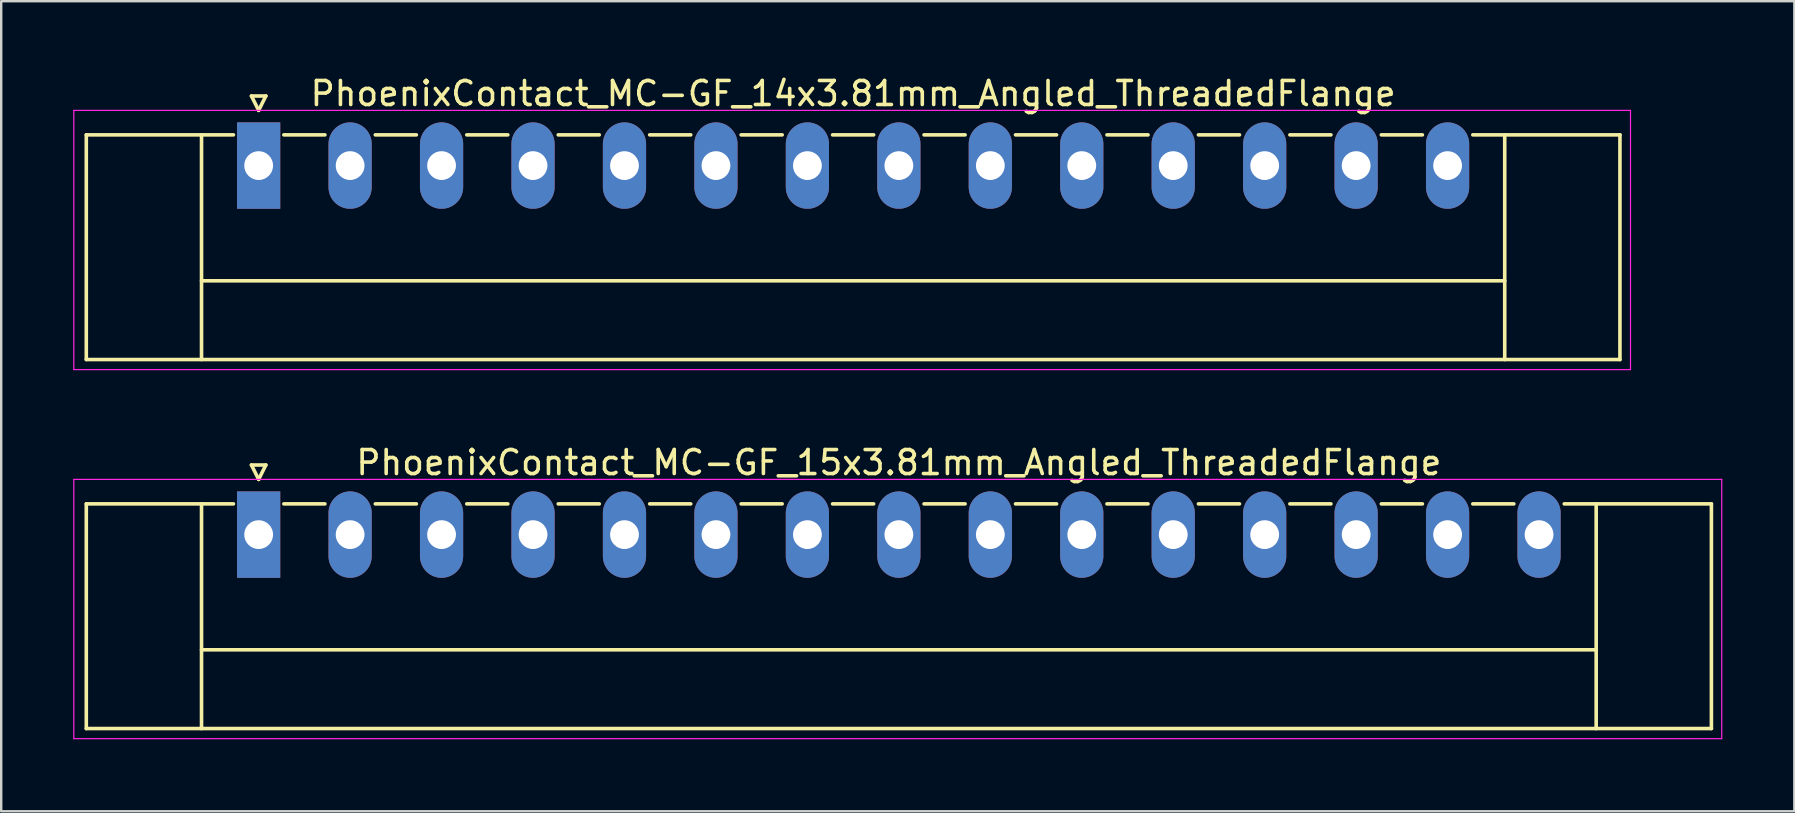
<source format=kicad_pcb>
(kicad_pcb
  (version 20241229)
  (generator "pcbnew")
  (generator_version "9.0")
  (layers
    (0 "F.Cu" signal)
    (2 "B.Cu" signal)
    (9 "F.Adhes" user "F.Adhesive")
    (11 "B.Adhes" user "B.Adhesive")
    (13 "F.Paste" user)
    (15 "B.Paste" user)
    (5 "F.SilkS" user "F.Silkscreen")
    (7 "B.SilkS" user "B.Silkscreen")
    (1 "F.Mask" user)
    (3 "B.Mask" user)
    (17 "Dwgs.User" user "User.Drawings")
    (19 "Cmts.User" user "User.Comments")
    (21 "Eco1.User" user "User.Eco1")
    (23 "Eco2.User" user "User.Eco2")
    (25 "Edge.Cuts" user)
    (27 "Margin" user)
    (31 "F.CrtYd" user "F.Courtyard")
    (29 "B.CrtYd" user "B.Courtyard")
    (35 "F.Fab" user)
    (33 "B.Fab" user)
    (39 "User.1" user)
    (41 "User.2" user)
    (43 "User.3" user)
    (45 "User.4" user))
  (footprint "PhoenixContact_MC-GF_15x3.81mm_Angled_ThreadedFlange"
    (layer "F.Cu")
    (at 7.725 19.221)
    (property "Reference" "PhoenixContact_MC-GF_15x3.81mm_Angled_ThreadedFlange" (at 26.67 -3 0) (layer "F.SilkS") (effects (font (size 1 1) (thickness 0.15))))
    (attr through_hole)
    (fp_line (start -7.18 -1.28) (end -7.18 8.08) (stroke (width 0.15) (type solid)) (layer "F.SilkS"))
    (fp_line (start -7.18 -1.28) (end -1.05 -1.28) (stroke (width 0.15) (type solid)) (layer "F.SilkS"))
    (fp_line (start -7.18 8.08) (end 60.52 8.08) (stroke (width 0.15) (type solid)) (layer "F.SilkS"))
    (fp_line (start -2.38 -1.28) (end -2.38 8.08) (stroke (width 0.15) (type solid)) (layer "F.SilkS"))
    (fp_line (start -2.38 4.8) (end 55.72 4.8) (stroke (width 0.15) (type solid)) (layer "F.SilkS"))
    (fp_line (start -0.3 -2.9) (end 0 -2.3) (stroke (width 0.15) (type solid)) (layer "F.SilkS"))
    (fp_line (start 0 -2.3) (end 0.3 -2.9) (stroke (width 0.15) (type solid)) (layer "F.SilkS"))
    (fp_line (start 0.3 -2.9) (end -0.3 -2.9) (stroke (width 0.15) (type solid)) (layer "F.SilkS"))
    (fp_line (start 1.05 -1.28) (end 2.76 -1.28) (stroke (width 0.15) (type solid)) (layer "F.SilkS"))
    (fp_line (start 4.86 -1.28) (end 6.57 -1.28) (stroke (width 0.15) (type solid)) (layer "F.SilkS"))
    (fp_line (start 8.67 -1.28) (end 10.38 -1.28) (stroke (width 0.15) (type solid)) (layer "F.SilkS"))
    (fp_line (start 12.48 -1.28) (end 14.19 -1.28) (stroke (width 0.15) (type solid)) (layer "F.SilkS"))
    (fp_line (start 16.29 -1.28) (end 18 -1.28) (stroke (width 0.15) (type solid)) (layer "F.SilkS"))
    (fp_line (start 20.1 -1.28) (end 21.81 -1.28) (stroke (width 0.15) (type solid)) (layer "F.SilkS"))
    (fp_line (start 23.91 -1.28) (end 25.62 -1.28) (stroke (width 0.15) (type solid)) (layer "F.SilkS"))
    (fp_line (start 27.72 -1.28) (end 29.43 -1.28) (stroke (width 0.15) (type solid)) (layer "F.SilkS"))
    (fp_line (start 31.53 -1.28) (end 33.24 -1.28) (stroke (width 0.15) (type solid)) (layer "F.SilkS"))
    (fp_line (start 35.34 -1.28) (end 37.05 -1.28) (stroke (width 0.15) (type solid)) (layer "F.SilkS"))
    (fp_line (start 39.15 -1.28) (end 40.86 -1.28) (stroke (width 0.15) (type solid)) (layer "F.SilkS"))
    (fp_line (start 42.96 -1.28) (end 44.67 -1.28) (stroke (width 0.15) (type solid)) (layer "F.SilkS"))
    (fp_line (start 46.77 -1.28) (end 48.48 -1.28) (stroke (width 0.15) (type solid)) (layer "F.SilkS"))
    (fp_line (start 50.58 -1.28) (end 52.29 -1.28) (stroke (width 0.15) (type solid)) (layer "F.SilkS"))
    (fp_line (start 55.72 -1.28) (end 55.72 8.08) (stroke (width 0.15) (type solid)) (layer "F.SilkS"))
    (fp_line (start 60.52 -1.28) (end 54.39 -1.28) (stroke (width 0.15) (type solid)) (layer "F.SilkS"))
    (fp_line (start 60.52 8.08) (end 60.52 -1.28) (stroke (width 0.15) (type solid)) (layer "F.SilkS"))
    (fp_line (start -7.7 -2.3) (end -7.7 8.5) (stroke (width 0.05) (type solid)) (layer "F.CrtYd"))
    (fp_line (start -7.7 8.5) (end 60.95 8.5) (stroke (width 0.05) (type solid)) (layer "F.CrtYd"))
    (fp_line (start 60.95 -2.3) (end -7.7 -2.3) (stroke (width 0.05) (type solid)) (layer "F.CrtYd"))
    (fp_line (start 60.95 8.5) (end 60.95 -2.3) (stroke (width 0.05) (type solid)) (layer "F.CrtYd"))
    (pad "1" thru_hole rect (at 0 0) (size 1.8 3.6) (drill 1.2) (layers "*.Cu" "*.Mask"))
    (pad "2" thru_hole oval (at 3.81 0) (size 1.8 3.6) (drill 1.2) (layers "*.Cu" "*.Mask"))
    (pad "3" thru_hole oval (at 7.62 0) (size 1.8 3.6) (drill 1.2) (layers "*.Cu" "*.Mask"))
    (pad "4" thru_hole oval (at 11.43 0) (size 1.8 3.6) (drill 1.2) (layers "*.Cu" "*.Mask"))
    (pad "5" thru_hole oval (at 15.24 0) (size 1.8 3.6) (drill 1.2) (layers "*.Cu" "*.Mask"))
    (pad "6" thru_hole oval (at 19.05 0) (size 1.8 3.6) (drill 1.2) (layers "*.Cu" "*.Mask"))
    (pad "7" thru_hole oval (at 22.86 0) (size 1.8 3.6) (drill 1.2) (layers "*.Cu" "*.Mask"))
    (pad "8" thru_hole oval (at 26.67 0) (size 1.8 3.6) (drill 1.2) (layers "*.Cu" "*.Mask"))
    (pad "9" thru_hole oval (at 30.48 0) (size 1.8 3.6) (drill 1.2) (layers "*.Cu" "*.Mask"))
    (pad "10" thru_hole oval (at 34.29 0) (size 1.8 3.6) (drill 1.2) (layers "*.Cu" "*.Mask"))
    (pad "11" thru_hole oval (at 38.1 0) (size 1.8 3.6) (drill 1.2) (layers "*.Cu" "*.Mask"))
    (pad "12" thru_hole oval (at 41.91 0) (size 1.8 3.6) (drill 1.2) (layers "*.Cu" "*.Mask"))
    (pad "13" thru_hole oval (at 45.72 0) (size 1.8 3.6) (drill 1.2) (layers "*.Cu" "*.Mask"))
    (pad "14" thru_hole oval (at 49.53 0) (size 1.8 3.6) (drill 1.2) (layers "*.Cu" "*.Mask"))
    (pad "15" thru_hole oval (at 53.34 0) (size 1.8 3.6) (drill 1.2) (layers "*.Cu" "*.Mask")))
  (footprint "PhoenixContact_MC-GF_14x3.81mm_Angled_ThreadedFlange"
    (layer "F.Cu")
    (at 7.725 3.848)
    (property "Reference" "PhoenixContact_MC-GF_14x3.81mm_Angled_ThreadedFlange" (at 24.765 -3 0) (layer "F.SilkS") (effects (font (size 1 1) (thickness 0.15))))
    (attr through_hole)
    (fp_line (start -7.18 -1.28) (end -7.18 8.08) (stroke (width 0.15) (type solid)) (layer "F.SilkS"))
    (fp_line (start -7.18 -1.28) (end -1.05 -1.28) (stroke (width 0.15) (type solid)) (layer "F.SilkS"))
    (fp_line (start -7.18 8.08) (end 56.71 8.08) (stroke (width 0.15) (type solid)) (layer "F.SilkS"))
    (fp_line (start -2.38 -1.28) (end -2.38 8.08) (stroke (width 0.15) (type solid)) (layer "F.SilkS"))
    (fp_line (start -2.38 4.8) (end 51.91 4.8) (stroke (width 0.15) (type solid)) (layer "F.SilkS"))
    (fp_line (start -0.3 -2.9) (end 0 -2.3) (stroke (width 0.15) (type solid)) (layer "F.SilkS"))
    (fp_line (start 0 -2.3) (end 0.3 -2.9) (stroke (width 0.15) (type solid)) (layer "F.SilkS"))
    (fp_line (start 0.3 -2.9) (end -0.3 -2.9) (stroke (width 0.15) (type solid)) (layer "F.SilkS"))
    (fp_line (start 1.05 -1.28) (end 2.76 -1.28) (stroke (width 0.15) (type solid)) (layer "F.SilkS"))
    (fp_line (start 4.86 -1.28) (end 6.57 -1.28) (stroke (width 0.15) (type solid)) (layer "F.SilkS"))
    (fp_line (start 8.67 -1.28) (end 10.38 -1.28) (stroke (width 0.15) (type solid)) (layer "F.SilkS"))
    (fp_line (start 12.48 -1.28) (end 14.19 -1.28) (stroke (width 0.15) (type solid)) (layer "F.SilkS"))
    (fp_line (start 16.29 -1.28) (end 18 -1.28) (stroke (width 0.15) (type solid)) (layer "F.SilkS"))
    (fp_line (start 20.1 -1.28) (end 21.81 -1.28) (stroke (width 0.15) (type solid)) (layer "F.SilkS"))
    (fp_line (start 23.91 -1.28) (end 25.62 -1.28) (stroke (width 0.15) (type solid)) (layer "F.SilkS"))
    (fp_line (start 27.72 -1.28) (end 29.43 -1.28) (stroke (width 0.15) (type solid)) (layer "F.SilkS"))
    (fp_line (start 31.53 -1.28) (end 33.24 -1.28) (stroke (width 0.15) (type solid)) (layer "F.SilkS"))
    (fp_line (start 35.34 -1.28) (end 37.05 -1.28) (stroke (width 0.15) (type solid)) (layer "F.SilkS"))
    (fp_line (start 39.15 -1.28) (end 40.86 -1.28) (stroke (width 0.15) (type solid)) (layer "F.SilkS"))
    (fp_line (start 42.96 -1.28) (end 44.67 -1.28) (stroke (width 0.15) (type solid)) (layer "F.SilkS"))
    (fp_line (start 46.77 -1.28) (end 48.48 -1.28) (stroke (width 0.15) (type solid)) (layer "F.SilkS"))
    (fp_line (start 51.91 -1.28) (end 51.91 8.08) (stroke (width 0.15) (type solid)) (layer "F.SilkS"))
    (fp_line (start 56.71 -1.28) (end 50.58 -1.28) (stroke (width 0.15) (type solid)) (layer "F.SilkS"))
    (fp_line (start 56.71 8.08) (end 56.71 -1.28) (stroke (width 0.15) (type solid)) (layer "F.SilkS"))
    (fp_line (start -7.7 -2.3) (end -7.7 8.5) (stroke (width 0.05) (type solid)) (layer "F.CrtYd"))
    (fp_line (start -7.7 8.5) (end 57.15 8.5) (stroke (width 0.05) (type solid)) (layer "F.CrtYd"))
    (fp_line (start 57.15 -2.3) (end -7.7 -2.3) (stroke (width 0.05) (type solid)) (layer "F.CrtYd"))
    (fp_line (start 57.15 8.5) (end 57.15 -2.3) (stroke (width 0.05) (type solid)) (layer "F.CrtYd"))
    (pad "1" thru_hole rect (at 0 0) (size 1.8 3.6) (drill 1.2) (layers "*.Cu" "*.Mask"))
    (pad "2" thru_hole oval (at 3.81 0) (size 1.8 3.6) (drill 1.2) (layers "*.Cu" "*.Mask"))
    (pad "3" thru_hole oval (at 7.62 0) (size 1.8 3.6) (drill 1.2) (layers "*.Cu" "*.Mask"))
    (pad "4" thru_hole oval (at 11.43 0) (size 1.8 3.6) (drill 1.2) (layers "*.Cu" "*.Mask"))
    (pad "5" thru_hole oval (at 15.24 0) (size 1.8 3.6) (drill 1.2) (layers "*.Cu" "*.Mask"))
    (pad "6" thru_hole oval (at 19.05 0) (size 1.8 3.6) (drill 1.2) (layers "*.Cu" "*.Mask"))
    (pad "7" thru_hole oval (at 22.86 0) (size 1.8 3.6) (drill 1.2) (layers "*.Cu" "*.Mask"))
    (pad "8" thru_hole oval (at 26.67 0) (size 1.8 3.6) (drill 1.2) (layers "*.Cu" "*.Mask"))
    (pad "9" thru_hole oval (at 30.48 0) (size 1.8 3.6) (drill 1.2) (layers "*.Cu" "*.Mask"))
    (pad "10" thru_hole oval (at 34.29 0) (size 1.8 3.6) (drill 1.2) (layers "*.Cu" "*.Mask"))
    (pad "11" thru_hole oval (at 38.1 0) (size 1.8 3.6) (drill 1.2) (layers "*.Cu" "*.Mask"))
    (pad "12" thru_hole oval (at 41.91 0) (size 1.8 3.6) (drill 1.2) (layers "*.Cu" "*.Mask"))
    (pad "13" thru_hole oval (at 45.72 0) (size 1.8 3.6) (drill 1.2) (layers "*.Cu" "*.Mask"))
    (pad "14" thru_hole oval (at 49.53 0) (size 1.8 3.6) (drill 1.2) (layers "*.Cu" "*.Mask")))
  (gr_rect
    (start -3 -3)
    (end 71.7 30.747)
    (stroke (width 0.1) (type default))
    (fill no)
    (layer "Edge.Cuts")))
</source>
